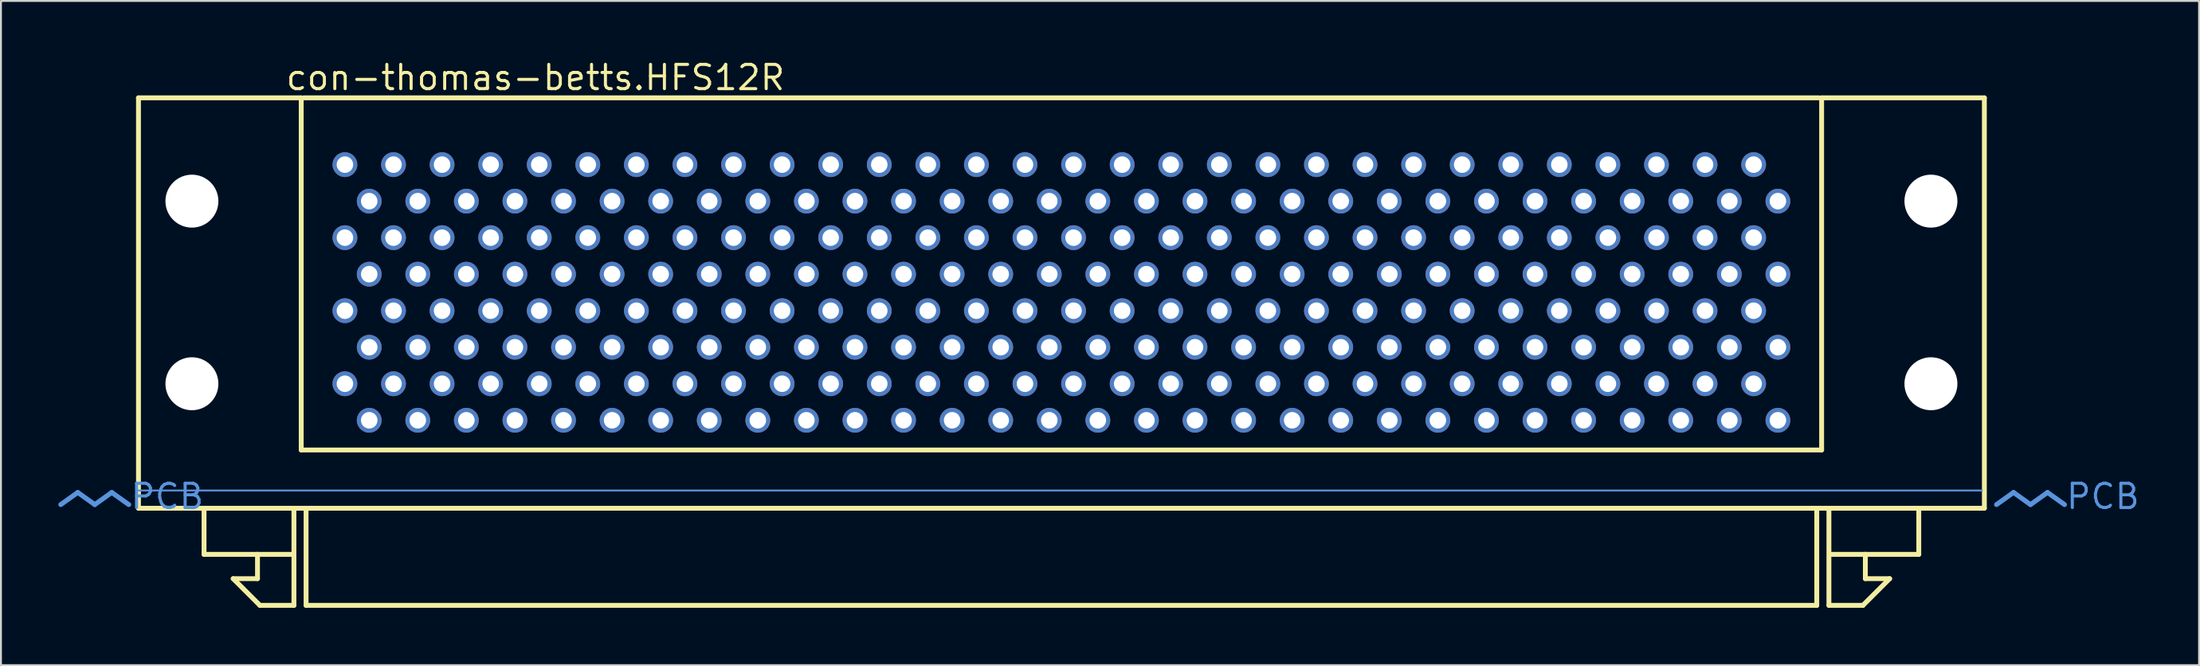
<source format=kicad_pcb>
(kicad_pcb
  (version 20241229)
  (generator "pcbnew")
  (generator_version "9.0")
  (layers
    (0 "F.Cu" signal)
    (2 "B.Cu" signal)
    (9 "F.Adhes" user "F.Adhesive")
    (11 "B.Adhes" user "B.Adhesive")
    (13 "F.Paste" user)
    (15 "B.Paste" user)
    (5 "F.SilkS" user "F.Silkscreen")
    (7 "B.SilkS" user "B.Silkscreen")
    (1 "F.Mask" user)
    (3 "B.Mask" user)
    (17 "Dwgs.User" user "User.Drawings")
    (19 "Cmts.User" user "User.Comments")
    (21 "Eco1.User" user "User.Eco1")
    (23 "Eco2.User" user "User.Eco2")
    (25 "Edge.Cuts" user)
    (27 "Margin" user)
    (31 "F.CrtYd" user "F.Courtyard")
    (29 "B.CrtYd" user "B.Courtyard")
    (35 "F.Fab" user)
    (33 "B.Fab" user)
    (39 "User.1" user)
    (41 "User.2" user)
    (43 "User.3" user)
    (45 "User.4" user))
  (footprint "con-thomas-betts.HFS12R"
    (layer "F.Cu")
    (at 52.451 22.07)
    (property "Reference" "con-thomas-betts.HFS12R" (at -40.64 -20.32 0) (layer "F.SilkS") (effects (font (size 1.27 1.27) (thickness 0.16)) (justify left bottom)))
    (attr through_hole)
    (fp_line (start -48.26 -20.003) (end -39.751 -20.003) (stroke (width 0.254) (type default)) (layer "F.SilkS"))
    (fp_line (start -48.26 1.46) (end -48.26 -20.003) (stroke (width 0.254) (type default)) (layer "F.SilkS"))
    (fp_line (start -44.831 3.873) (end -44.831 1.587) (stroke (width 0.254) (type default)) (layer "F.SilkS"))
    (fp_line (start -43.307 5.144) (end -42.037 5.144) (stroke (width 0.254) (type default)) (layer "F.SilkS"))
    (fp_line (start -42.037 3.873) (end -44.831 3.873) (stroke (width 0.254) (type default)) (layer "F.SilkS"))
    (fp_line (start -42.037 3.873) (end -40.259 3.873) (stroke (width 0.254) (type default)) (layer "F.SilkS"))
    (fp_line (start -42.037 5.144) (end -42.037 3.873) (stroke (width 0.254) (type default)) (layer "F.SilkS"))
    (fp_line (start -41.91 6.54) (end -43.307 5.144) (stroke (width 0.254) (type default)) (layer "F.SilkS"))
    (fp_line (start -40.132 1.587) (end -40.132 6.54) (stroke (width 0.254) (type default)) (layer "F.SilkS"))
    (fp_line (start -40.132 6.54) (end -41.91 6.54) (stroke (width 0.254) (type default)) (layer "F.SilkS"))
    (fp_line (start -39.751 -20.003) (end -39.751 -1.587) (stroke (width 0.254) (type default)) (layer "F.SilkS"))
    (fp_line (start -39.751 -1.587) (end 39.751 -1.587) (stroke (width 0.254) (type default)) (layer "F.SilkS"))
    (fp_line (start -39.624 -20.003) (end 39.624 -20.003) (stroke (width 0.254) (type default)) (layer "F.SilkS"))
    (fp_line (start -39.497 6.54) (end -39.497 1.587) (stroke (width 0.254) (type default)) (layer "F.SilkS"))
    (fp_line (start 39.497 1.587) (end 39.497 6.54) (stroke (width 0.254) (type default)) (layer "F.SilkS"))
    (fp_line (start 39.497 6.54) (end -39.497 6.54) (stroke (width 0.254) (type default)) (layer "F.SilkS"))
    (fp_line (start 39.751 -20.003) (end 48.26 -20.003) (stroke (width 0.254) (type default)) (layer "F.SilkS"))
    (fp_line (start 39.751 -1.587) (end 39.751 -20.003) (stroke (width 0.254) (type default)) (layer "F.SilkS"))
    (fp_line (start 40.132 1.587) (end 40.132 6.54) (stroke (width 0.254) (type default)) (layer "F.SilkS"))
    (fp_line (start 40.132 6.54) (end 41.91 6.54) (stroke (width 0.254) (type default)) (layer "F.SilkS"))
    (fp_line (start 41.91 6.54) (end 43.307 5.144) (stroke (width 0.254) (type default)) (layer "F.SilkS"))
    (fp_line (start 42.037 3.873) (end 40.259 3.873) (stroke (width 0.254) (type default)) (layer "F.SilkS"))
    (fp_line (start 42.037 3.873) (end 44.831 3.873) (stroke (width 0.254) (type default)) (layer "F.SilkS"))
    (fp_line (start 42.037 5.144) (end 42.037 3.873) (stroke (width 0.254) (type default)) (layer "F.SilkS"))
    (fp_line (start 43.307 5.144) (end 42.037 5.144) (stroke (width 0.254) (type default)) (layer "F.SilkS"))
    (fp_line (start 44.831 3.873) (end 44.831 1.587) (stroke (width 0.254) (type default)) (layer "F.SilkS"))
    (fp_line (start 48.26 -20.003) (end 48.26 1.46) (stroke (width 0.254) (type default)) (layer "F.SilkS"))
    (fp_line (start 48.26 1.46) (end -48.26 1.46) (stroke (width 0.254) (type default)) (layer "F.SilkS"))
    (fp_line (start -51.435 0.635) (end -52.324 1.27) (stroke (width 0.254) (type default)) (layer "Cmts.User"))
    (fp_line (start -51.435 0.635) (end -50.546 1.27) (stroke (width 0.254) (type default)) (layer "Cmts.User"))
    (fp_line (start -49.657 0.635) (end -50.546 1.27) (stroke (width 0.254) (type default)) (layer "Cmts.User"))
    (fp_line (start -49.657 0.635) (end -48.768 1.27) (stroke (width 0.254) (type default)) (layer "Cmts.User"))
    (fp_line (start -48.26 0.533) (end 48.133 0.533) (stroke (width 0.1) (type default)) (layer "Cmts.User"))
    (fp_line (start 49.784 0.635) (end 48.895 1.27) (stroke (width 0.254) (type default)) (layer "Cmts.User"))
    (fp_line (start 49.784 0.635) (end 50.673 1.27) (stroke (width 0.254) (type default)) (layer "Cmts.User"))
    (fp_line (start 51.562 0.635) (end 50.673 1.27) (stroke (width 0.254) (type default)) (layer "Cmts.User"))
    (fp_line (start 51.562 0.635) (end 52.451 1.27) (stroke (width 0.254) (type default)) (layer "Cmts.User"))
    (fp_text user "PCB" (at 52.451 1.587 180) (layer "Cmts.User") (effects (font (size 1.27 1.27) (thickness 0.16)) (justify left bottom)))
    (fp_text user "PCB" (at -48.768 1.587 180) (layer "Cmts.User") (effects (font (size 1.27 1.27) (thickness 0.16)) (justify left bottom)))
    (pad "" np_thru_hole circle (at -45.466 -14.6) (size 2.769 2.769) (drill 2.769) (layers "*.Cu" "*.Mask"))
    (pad "" np_thru_hole circle (at -45.466 -5.05) (size 2.769 2.769) (drill 2.769) (layers "*.Cu" "*.Mask"))
    (pad "" np_thru_hole circle (at 45.466 -14.6) (size 2.769 2.769) (drill 2.769) (layers "*.Cu" "*.Mask"))
    (pad "" np_thru_hole circle (at 45.466 -5.05) (size 2.769 2.769) (drill 2.769) (layers "*.Cu" "*.Mask"))
    (pad "1-1" thru_hole circle (at 37.465 -6.96) (size 1.295 1.295) (drill 0.864) (layers "*.Cu" "*.Mask"))
    (pad "1-2" thru_hole circle (at 36.195 -8.87) (size 1.295 1.295) (drill 0.864) (layers "*.Cu" "*.Mask"))
    (pad "1-3" thru_hole circle (at 34.925 -6.96) (size 1.295 1.295) (drill 0.864) (layers "*.Cu" "*.Mask"))
    (pad "1-4" thru_hole circle (at 33.655 -8.87) (size 1.295 1.295) (drill 0.864) (layers "*.Cu" "*.Mask"))
    (pad "1-5" thru_hole circle (at 32.385 -6.96) (size 1.295 1.295) (drill 0.864) (layers "*.Cu" "*.Mask"))
    (pad "1-6" thru_hole circle (at 31.115 -8.87) (size 1.295 1.295) (drill 0.864) (layers "*.Cu" "*.Mask"))
    (pad "1-7" thru_hole circle (at 29.845 -6.96) (size 1.295 1.295) (drill 0.864) (layers "*.Cu" "*.Mask"))
    (pad "1-8" thru_hole circle (at 28.575 -8.87) (size 1.295 1.295) (drill 0.864) (layers "*.Cu" "*.Mask"))
    (pad "1-9" thru_hole circle (at 27.305 -6.96) (size 1.295 1.295) (drill 0.864) (layers "*.Cu" "*.Mask"))
    (pad "1-10" thru_hole circle (at 26.035 -8.87) (size 1.295 1.295) (drill 0.864) (layers "*.Cu" "*.Mask"))
    (pad "1-11" thru_hole circle (at 24.765 -6.96) (size 1.295 1.295) (drill 0.864) (layers "*.Cu" "*.Mask"))
    (pad "1-12" thru_hole circle (at 23.495 -8.87) (size 1.295 1.295) (drill 0.864) (layers "*.Cu" "*.Mask"))
    (pad "1-13" thru_hole circle (at 22.225 -6.96) (size 1.295 1.295) (drill 0.864) (layers "*.Cu" "*.Mask"))
    (pad "1-14" thru_hole circle (at 20.955 -8.87) (size 1.295 1.295) (drill 0.864) (layers "*.Cu" "*.Mask"))
    (pad "1-15" thru_hole circle (at 19.685 -6.96) (size 1.295 1.295) (drill 0.864) (layers "*.Cu" "*.Mask"))
    (pad "1-16" thru_hole circle (at 18.415 -8.87) (size 1.295 1.295) (drill 0.864) (layers "*.Cu" "*.Mask"))
    (pad "1-17" thru_hole circle (at 17.145 -6.96) (size 1.295 1.295) (drill 0.864) (layers "*.Cu" "*.Mask"))
    (pad "1-18" thru_hole circle (at 15.875 -8.87) (size 1.295 1.295) (drill 0.864) (layers "*.Cu" "*.Mask"))
    (pad "1-19" thru_hole circle (at 14.605 -6.96) (size 1.295 1.295) (drill 0.864) (layers "*.Cu" "*.Mask"))
    (pad "1-20" thru_hole circle (at 13.335 -8.87) (size 1.295 1.295) (drill 0.864) (layers "*.Cu" "*.Mask"))
    (pad "1-21" thru_hole circle (at 12.065 -6.96) (size 1.295 1.295) (drill 0.864) (layers "*.Cu" "*.Mask"))
    (pad "1-22" thru_hole circle (at 10.795 -8.87) (size 1.295 1.295) (drill 0.864) (layers "*.Cu" "*.Mask"))
    (pad "1-23" thru_hole circle (at 9.525 -6.96) (size 1.295 1.295) (drill 0.864) (layers "*.Cu" "*.Mask"))
    (pad "1-24" thru_hole circle (at 8.255 -8.87) (size 1.295 1.295) (drill 0.864) (layers "*.Cu" "*.Mask"))
    (pad "1-25" thru_hole circle (at 6.985 -6.96) (size 1.295 1.295) (drill 0.864) (layers "*.Cu" "*.Mask"))
    (pad "1-26" thru_hole circle (at 5.715 -8.87) (size 1.295 1.295) (drill 0.864) (layers "*.Cu" "*.Mask"))
    (pad "1-27" thru_hole circle (at 4.445 -6.96) (size 1.295 1.295) (drill 0.864) (layers "*.Cu" "*.Mask"))
    (pad "1-28" thru_hole circle (at 3.175 -8.87) (size 1.295 1.295) (drill 0.864) (layers "*.Cu" "*.Mask"))
    (pad "1-29" thru_hole circle (at 1.905 -6.96) (size 1.295 1.295) (drill 0.864) (layers "*.Cu" "*.Mask"))
    (pad "1-30" thru_hole circle (at 0.635 -8.87) (size 1.295 1.295) (drill 0.864) (layers "*.Cu" "*.Mask"))
    (pad "1-31" thru_hole circle (at -0.635 -6.96) (size 1.295 1.295) (drill 0.864) (layers "*.Cu" "*.Mask"))
    (pad "1-32" thru_hole circle (at -1.905 -8.87) (size 1.295 1.295) (drill 0.864) (layers "*.Cu" "*.Mask"))
    (pad "1-33" thru_hole circle (at -3.175 -6.96) (size 1.295 1.295) (drill 0.864) (layers "*.Cu" "*.Mask"))
    (pad "1-34" thru_hole circle (at -4.445 -8.87) (size 1.295 1.295) (drill 0.864) (layers "*.Cu" "*.Mask"))
    (pad "1-35" thru_hole circle (at -5.715 -6.96) (size 1.295 1.295) (drill 0.864) (layers "*.Cu" "*.Mask"))
    (pad "1-36" thru_hole circle (at -6.985 -8.87) (size 1.295 1.295) (drill 0.864) (layers "*.Cu" "*.Mask"))
    (pad "1-37" thru_hole circle (at -8.255 -6.96) (size 1.295 1.295) (drill 0.864) (layers "*.Cu" "*.Mask"))
    (pad "1-38" thru_hole circle (at -9.525 -8.87) (size 1.295 1.295) (drill 0.864) (layers "*.Cu" "*.Mask"))
    (pad "1-39" thru_hole circle (at -10.795 -6.96) (size 1.295 1.295) (drill 0.864) (layers "*.Cu" "*.Mask"))
    (pad "1-40" thru_hole circle (at -12.065 -8.87) (size 1.295 1.295) (drill 0.864) (layers "*.Cu" "*.Mask"))
    (pad "1-41" thru_hole circle (at -13.335 -6.96) (size 1.295 1.295) (drill 0.864) (layers "*.Cu" "*.Mask"))
    (pad "1-42" thru_hole circle (at -14.605 -8.87) (size 1.295 1.295) (drill 0.864) (layers "*.Cu" "*.Mask"))
    (pad "1-43" thru_hole circle (at -15.875 -6.96) (size 1.295 1.295) (drill 0.864) (layers "*.Cu" "*.Mask"))
    (pad "1-44" thru_hole circle (at -17.145 -8.87) (size 1.295 1.295) (drill 0.864) (layers "*.Cu" "*.Mask"))
    (pad "1-45" thru_hole circle (at -18.415 -6.96) (size 1.295 1.295) (drill 0.864) (layers "*.Cu" "*.Mask"))
    (pad "1-46" thru_hole circle (at -19.685 -8.87) (size 1.295 1.295) (drill 0.864) (layers "*.Cu" "*.Mask"))
    (pad "1-47" thru_hole circle (at -20.955 -6.96) (size 1.295 1.295) (drill 0.864) (layers "*.Cu" "*.Mask"))
    (pad "1-48" thru_hole circle (at -22.225 -8.87) (size 1.295 1.295) (drill 0.864) (layers "*.Cu" "*.Mask"))
    (pad "1-49" thru_hole circle (at -23.495 -6.96) (size 1.295 1.295) (drill 0.864) (layers "*.Cu" "*.Mask"))
    (pad "1-50" thru_hole circle (at -24.765 -8.87) (size 1.295 1.295) (drill 0.864) (layers "*.Cu" "*.Mask"))
    (pad "1-51" thru_hole circle (at -26.035 -6.96) (size 1.295 1.295) (drill 0.864) (layers "*.Cu" "*.Mask"))
    (pad "1-52" thru_hole circle (at -27.305 -8.87) (size 1.295 1.295) (drill 0.864) (layers "*.Cu" "*.Mask"))
    (pad "1-53" thru_hole circle (at -28.575 -6.96) (size 1.295 1.295) (drill 0.864) (layers "*.Cu" "*.Mask"))
    (pad "1-54" thru_hole circle (at -29.845 -8.87) (size 1.295 1.295) (drill 0.864) (layers "*.Cu" "*.Mask"))
    (pad "1-55" thru_hole circle (at -31.115 -6.96) (size 1.295 1.295) (drill 0.864) (layers "*.Cu" "*.Mask"))
    (pad "1-56" thru_hole circle (at -32.385 -8.87) (size 1.295 1.295) (drill 0.864) (layers "*.Cu" "*.Mask"))
    (pad "1-57" thru_hole circle (at -33.655 -6.96) (size 1.295 1.295) (drill 0.864) (layers "*.Cu" "*.Mask"))
    (pad "1-58" thru_hole circle (at -34.925 -8.87) (size 1.295 1.295) (drill 0.864) (layers "*.Cu" "*.Mask"))
    (pad "1-59" thru_hole circle (at -36.195 -6.96) (size 1.295 1.295) (drill 0.864) (layers "*.Cu" "*.Mask"))
    (pad "1-60" thru_hole circle (at -37.465 -8.87) (size 1.295 1.295) (drill 0.864) (layers "*.Cu" "*.Mask"))
    (pad "1-61" thru_hole circle (at 37.465 -3.14) (size 1.295 1.295) (drill 0.864) (layers "*.Cu" "*.Mask"))
    (pad "1-62" thru_hole circle (at 36.195 -5.05) (size 1.295 1.295) (drill 0.864) (layers "*.Cu" "*.Mask"))
    (pad "1-63" thru_hole circle (at 34.925 -3.14) (size 1.295 1.295) (drill 0.864) (layers "*.Cu" "*.Mask"))
    (pad "1-64" thru_hole circle (at 33.655 -5.05) (size 1.295 1.295) (drill 0.864) (layers "*.Cu" "*.Mask"))
    (pad "1-65" thru_hole circle (at 32.385 -3.14) (size 1.295 1.295) (drill 0.864) (layers "*.Cu" "*.Mask"))
    (pad "1-66" thru_hole circle (at 31.115 -5.05) (size 1.295 1.295) (drill 0.864) (layers "*.Cu" "*.Mask"))
    (pad "1-67" thru_hole circle (at 29.845 -3.14) (size 1.295 1.295) (drill 0.864) (layers "*.Cu" "*.Mask"))
    (pad "1-68" thru_hole circle (at 28.575 -5.05) (size 1.295 1.295) (drill 0.864) (layers "*.Cu" "*.Mask"))
    (pad "1-69" thru_hole circle (at 27.305 -3.14) (size 1.295 1.295) (drill 0.864) (layers "*.Cu" "*.Mask"))
    (pad "1-70" thru_hole circle (at 26.035 -5.05) (size 1.295 1.295) (drill 0.864) (layers "*.Cu" "*.Mask"))
    (pad "1-71" thru_hole circle (at 24.765 -3.14) (size 1.295 1.295) (drill 0.864) (layers "*.Cu" "*.Mask"))
    (pad "1-72" thru_hole circle (at 23.495 -5.05) (size 1.295 1.295) (drill 0.864) (layers "*.Cu" "*.Mask"))
    (pad "1-73" thru_hole circle (at 22.225 -3.14) (size 1.295 1.295) (drill 0.864) (layers "*.Cu" "*.Mask"))
    (pad "1-74" thru_hole circle (at 20.955 -5.05) (size 1.295 1.295) (drill 0.864) (layers "*.Cu" "*.Mask"))
    (pad "1-75" thru_hole circle (at 19.685 -3.14) (size 1.295 1.295) (drill 0.864) (layers "*.Cu" "*.Mask"))
    (pad "1-76" thru_hole circle (at 18.415 -5.05) (size 1.295 1.295) (drill 0.864) (layers "*.Cu" "*.Mask"))
    (pad "1-77" thru_hole circle (at 17.145 -3.14) (size 1.295 1.295) (drill 0.864) (layers "*.Cu" "*.Mask"))
    (pad "1-78" thru_hole circle (at 15.875 -5.05) (size 1.295 1.295) (drill 0.864) (layers "*.Cu" "*.Mask"))
    (pad "1-79" thru_hole circle (at 14.605 -3.14) (size 1.295 1.295) (drill 0.864) (layers "*.Cu" "*.Mask"))
    (pad "1-80" thru_hole circle (at 13.335 -5.05) (size 1.295 1.295) (drill 0.864) (layers "*.Cu" "*.Mask"))
    (pad "1-81" thru_hole circle (at 12.065 -3.14) (size 1.295 1.295) (drill 0.864) (layers "*.Cu" "*.Mask"))
    (pad "1-82" thru_hole circle (at 10.795 -5.05) (size 1.295 1.295) (drill 0.864) (layers "*.Cu" "*.Mask"))
    (pad "1-83" thru_hole circle (at 9.525 -3.14) (size 1.295 1.295) (drill 0.864) (layers "*.Cu" "*.Mask"))
    (pad "1-84" thru_hole circle (at 8.255 -5.05) (size 1.295 1.295) (drill 0.864) (layers "*.Cu" "*.Mask"))
    (pad "1-85" thru_hole circle (at 6.985 -3.14) (size 1.295 1.295) (drill 0.864) (layers "*.Cu" "*.Mask"))
    (pad "1-86" thru_hole circle (at 5.715 -5.05) (size 1.295 1.295) (drill 0.864) (layers "*.Cu" "*.Mask"))
    (pad "1-87" thru_hole circle (at 4.445 -3.14) (size 1.295 1.295) (drill 0.864) (layers "*.Cu" "*.Mask"))
    (pad "1-88" thru_hole circle (at 3.175 -5.05) (size 1.295 1.295) (drill 0.864) (layers "*.Cu" "*.Mask"))
    (pad "1-89" thru_hole circle (at 1.905 -3.14) (size 1.295 1.295) (drill 0.864) (layers "*.Cu" "*.Mask"))
    (pad "1-90" thru_hole circle (at 0.635 -5.05) (size 1.295 1.295) (drill 0.864) (layers "*.Cu" "*.Mask"))
    (pad "1-91" thru_hole circle (at -0.635 -3.14) (size 1.295 1.295) (drill 0.864) (layers "*.Cu" "*.Mask"))
    (pad "1-92" thru_hole circle (at -1.905 -5.05) (size 1.295 1.295) (drill 0.864) (layers "*.Cu" "*.Mask"))
    (pad "1-93" thru_hole circle (at -3.175 -3.14) (size 1.295 1.295) (drill 0.864) (layers "*.Cu" "*.Mask"))
    (pad "1-94" thru_hole circle (at -4.445 -5.05) (size 1.295 1.295) (drill 0.864) (layers "*.Cu" "*.Mask"))
    (pad "1-95" thru_hole circle (at -5.715 -3.14) (size 1.295 1.295) (drill 0.864) (layers "*.Cu" "*.Mask"))
    (pad "1-96" thru_hole circle (at -6.985 -5.05) (size 1.295 1.295) (drill 0.864) (layers "*.Cu" "*.Mask"))
    (pad "1-97" thru_hole circle (at -8.255 -3.14) (size 1.295 1.295) (drill 0.864) (layers "*.Cu" "*.Mask"))
    (pad "1-98" thru_hole circle (at -9.525 -5.05) (size 1.295 1.295) (drill 0.864) (layers "*.Cu" "*.Mask"))
    (pad "1-99" thru_hole circle (at -10.795 -3.14) (size 1.295 1.295) (drill 0.864) (layers "*.Cu" "*.Mask"))
    (pad "1-100" thru_hole circle (at -12.065 -5.05) (size 1.295 1.295) (drill 0.864) (layers "*.Cu" "*.Mask"))
    (pad "1-101" thru_hole circle (at -13.335 -3.14) (size 1.295 1.295) (drill 0.864) (layers "*.Cu" "*.Mask"))
    (pad "1-102" thru_hole circle (at -14.605 -5.05) (size 1.295 1.295) (drill 0.864) (layers "*.Cu" "*.Mask"))
    (pad "1-103" thru_hole circle (at -15.875 -3.14) (size 1.295 1.295) (drill 0.864) (layers "*.Cu" "*.Mask"))
    (pad "1-104" thru_hole circle (at -17.145 -5.05) (size 1.295 1.295) (drill 0.864) (layers "*.Cu" "*.Mask"))
    (pad "1-105" thru_hole circle (at -18.415 -3.14) (size 1.295 1.295) (drill 0.864) (layers "*.Cu" "*.Mask"))
    (pad "1-106" thru_hole circle (at -19.685 -5.05) (size 1.295 1.295) (drill 0.864) (layers "*.Cu" "*.Mask"))
    (pad "1-107" thru_hole circle (at -20.955 -3.14) (size 1.295 1.295) (drill 0.864) (layers "*.Cu" "*.Mask"))
    (pad "1-108" thru_hole circle (at -22.225 -5.05) (size 1.295 1.295) (drill 0.864) (layers "*.Cu" "*.Mask"))
    (pad "1-109" thru_hole circle (at -23.495 -3.14) (size 1.295 1.295) (drill 0.864) (layers "*.Cu" "*.Mask"))
    (pad "1-110" thru_hole circle (at -24.765 -5.05) (size 1.295 1.295) (drill 0.864) (layers "*.Cu" "*.Mask"))
    (pad "1-111" thru_hole circle (at -26.035 -3.14) (size 1.295 1.295) (drill 0.864) (layers "*.Cu" "*.Mask"))
    (pad "1-112" thru_hole circle (at -27.305 -5.05) (size 1.295 1.295) (drill 0.864) (layers "*.Cu" "*.Mask"))
    (pad "1-113" thru_hole circle (at -28.575 -3.14) (size 1.295 1.295) (drill 0.864) (layers "*.Cu" "*.Mask"))
    (pad "1-114" thru_hole circle (at -29.845 -5.05) (size 1.295 1.295) (drill 0.864) (layers "*.Cu" "*.Mask"))
    (pad "1-115" thru_hole circle (at -31.115 -3.14) (size 1.295 1.295) (drill 0.864) (layers "*.Cu" "*.Mask"))
    (pad "1-116" thru_hole circle (at -32.385 -5.05) (size 1.295 1.295) (drill 0.864) (layers "*.Cu" "*.Mask"))
    (pad "1-117" thru_hole circle (at -33.655 -3.14) (size 1.295 1.295) (drill 0.864) (layers "*.Cu" "*.Mask"))
    (pad "1-118" thru_hole circle (at -34.925 -5.05) (size 1.295 1.295) (drill 0.864) (layers "*.Cu" "*.Mask"))
    (pad "1-119" thru_hole circle (at -36.195 -3.14) (size 1.295 1.295) (drill 0.864) (layers "*.Cu" "*.Mask"))
    (pad "1-120" thru_hole circle (at -37.465 -5.05) (size 1.295 1.295) (drill 0.864) (layers "*.Cu" "*.Mask"))
    (pad "2-1" thru_hole circle (at 37.465 -14.6) (size 1.295 1.295) (drill 0.864) (layers "*.Cu" "*.Mask"))
    (pad "2-2" thru_hole circle (at 36.195 -16.51) (size 1.295 1.295) (drill 0.864) (layers "*.Cu" "*.Mask"))
    (pad "2-3" thru_hole circle (at 34.925 -14.6) (size 1.295 1.295) (drill 0.864) (layers "*.Cu" "*.Mask"))
    (pad "2-4" thru_hole circle (at 33.655 -16.51) (size 1.295 1.295) (drill 0.864) (layers "*.Cu" "*.Mask"))
    (pad "2-5" thru_hole circle (at 32.385 -14.6) (size 1.295 1.295) (drill 0.864) (layers "*.Cu" "*.Mask"))
    (pad "2-6" thru_hole circle (at 31.115 -16.51) (size 1.295 1.295) (drill 0.864) (layers "*.Cu" "*.Mask"))
    (pad "2-7" thru_hole circle (at 29.845 -14.6) (size 1.295 1.295) (drill 0.864) (layers "*.Cu" "*.Mask"))
    (pad "2-8" thru_hole circle (at 28.575 -16.51) (size 1.295 1.295) (drill 0.864) (layers "*.Cu" "*.Mask"))
    (pad "2-9" thru_hole circle (at 27.305 -14.6) (size 1.295 1.295) (drill 0.864) (layers "*.Cu" "*.Mask"))
    (pad "2-10" thru_hole circle (at 26.035 -16.51) (size 1.295 1.295) (drill 0.864) (layers "*.Cu" "*.Mask"))
    (pad "2-11" thru_hole circle (at 24.765 -14.6) (size 1.295 1.295) (drill 0.864) (layers "*.Cu" "*.Mask"))
    (pad "2-12" thru_hole circle (at 23.495 -16.51) (size 1.295 1.295) (drill 0.864) (layers "*.Cu" "*.Mask"))
    (pad "2-13" thru_hole circle (at 22.225 -14.6) (size 1.295 1.295) (drill 0.864) (layers "*.Cu" "*.Mask"))
    (pad "2-14" thru_hole circle (at 20.955 -16.51) (size 1.295 1.295) (drill 0.864) (layers "*.Cu" "*.Mask"))
    (pad "2-15" thru_hole circle (at 19.685 -14.6) (size 1.295 1.295) (drill 0.864) (layers "*.Cu" "*.Mask"))
    (pad "2-16" thru_hole circle (at 18.415 -16.51) (size 1.295 1.295) (drill 0.864) (layers "*.Cu" "*.Mask"))
    (pad "2-17" thru_hole circle (at 17.145 -14.6) (size 1.295 1.295) (drill 0.864) (layers "*.Cu" "*.Mask"))
    (pad "2-18" thru_hole circle (at 15.875 -16.51) (size 1.295 1.295) (drill 0.864) (layers "*.Cu" "*.Mask"))
    (pad "2-19" thru_hole circle (at 14.605 -14.6) (size 1.295 1.295) (drill 0.864) (layers "*.Cu" "*.Mask"))
    (pad "2-20" thru_hole circle (at 13.335 -16.51) (size 1.295 1.295) (drill 0.864) (layers "*.Cu" "*.Mask"))
    (pad "2-21" thru_hole circle (at 12.065 -14.6) (size 1.295 1.295) (drill 0.864) (layers "*.Cu" "*.Mask"))
    (pad "2-22" thru_hole circle (at 10.795 -16.51) (size 1.295 1.295) (drill 0.864) (layers "*.Cu" "*.Mask"))
    (pad "2-23" thru_hole circle (at 9.525 -14.6) (size 1.295 1.295) (drill 0.864) (layers "*.Cu" "*.Mask"))
    (pad "2-24" thru_hole circle (at 8.255 -16.51) (size 1.295 1.295) (drill 0.864) (layers "*.Cu" "*.Mask"))
    (pad "2-25" thru_hole circle (at 6.985 -14.6) (size 1.295 1.295) (drill 0.864) (layers "*.Cu" "*.Mask"))
    (pad "2-26" thru_hole circle (at 5.715 -16.51) (size 1.295 1.295) (drill 0.864) (layers "*.Cu" "*.Mask"))
    (pad "2-27" thru_hole circle (at 4.445 -14.6) (size 1.295 1.295) (drill 0.864) (layers "*.Cu" "*.Mask"))
    (pad "2-28" thru_hole circle (at 3.175 -16.51) (size 1.295 1.295) (drill 0.864) (layers "*.Cu" "*.Mask"))
    (pad "2-29" thru_hole circle (at 1.905 -14.6) (size 1.295 1.295) (drill 0.864) (layers "*.Cu" "*.Mask"))
    (pad "2-30" thru_hole circle (at 0.635 -16.51) (size 1.295 1.295) (drill 0.864) (layers "*.Cu" "*.Mask"))
    (pad "2-31" thru_hole circle (at -0.635 -14.6) (size 1.295 1.295) (drill 0.864) (layers "*.Cu" "*.Mask"))
    (pad "2-32" thru_hole circle (at -1.905 -16.51) (size 1.295 1.295) (drill 0.864) (layers "*.Cu" "*.Mask"))
    (pad "2-33" thru_hole circle (at -3.175 -14.6) (size 1.295 1.295) (drill 0.864) (layers "*.Cu" "*.Mask"))
    (pad "2-34" thru_hole circle (at -4.445 -16.51) (size 1.295 1.295) (drill 0.864) (layers "*.Cu" "*.Mask"))
    (pad "2-35" thru_hole circle (at -5.715 -14.6) (size 1.295 1.295) (drill 0.864) (layers "*.Cu" "*.Mask"))
    (pad "2-36" thru_hole circle (at -6.985 -16.51) (size 1.295 1.295) (drill 0.864) (layers "*.Cu" "*.Mask"))
    (pad "2-37" thru_hole circle (at -8.255 -14.6) (size 1.295 1.295) (drill 0.864) (layers "*.Cu" "*.Mask"))
    (pad "2-38" thru_hole circle (at -9.525 -16.51) (size 1.295 1.295) (drill 0.864) (layers "*.Cu" "*.Mask"))
    (pad "2-39" thru_hole circle (at -10.795 -14.6) (size 1.295 1.295) (drill 0.864) (layers "*.Cu" "*.Mask"))
    (pad "2-40" thru_hole circle (at -12.065 -16.51) (size 1.295 1.295) (drill 0.864) (layers "*.Cu" "*.Mask"))
    (pad "2-41" thru_hole circle (at -13.335 -14.6) (size 1.295 1.295) (drill 0.864) (layers "*.Cu" "*.Mask"))
    (pad "2-42" thru_hole circle (at -14.605 -16.51) (size 1.295 1.295) (drill 0.864) (layers "*.Cu" "*.Mask"))
    (pad "2-43" thru_hole circle (at -15.875 -14.6) (size 1.295 1.295) (drill 0.864) (layers "*.Cu" "*.Mask"))
    (pad "2-44" thru_hole circle (at -17.145 -16.51) (size 1.295 1.295) (drill 0.864) (layers "*.Cu" "*.Mask"))
    (pad "2-45" thru_hole circle (at -18.415 -14.6) (size 1.295 1.295) (drill 0.864) (layers "*.Cu" "*.Mask"))
    (pad "2-46" thru_hole circle (at -19.685 -16.51) (size 1.295 1.295) (drill 0.864) (layers "*.Cu" "*.Mask"))
    (pad "2-47" thru_hole circle (at -20.955 -14.6) (size 1.295 1.295) (drill 0.864) (layers "*.Cu" "*.Mask"))
    (pad "2-48" thru_hole circle (at -22.225 -16.51) (size 1.295 1.295) (drill 0.864) (layers "*.Cu" "*.Mask"))
    (pad "2-49" thru_hole circle (at -23.495 -14.6) (size 1.295 1.295) (drill 0.864) (layers "*.Cu" "*.Mask"))
    (pad "2-50" thru_hole circle (at -24.765 -16.51) (size 1.295 1.295) (drill 0.864) (layers "*.Cu" "*.Mask"))
    (pad "2-51" thru_hole circle (at -26.035 -14.6) (size 1.295 1.295) (drill 0.864) (layers "*.Cu" "*.Mask"))
    (pad "2-52" thru_hole circle (at -27.305 -16.51) (size 1.295 1.295) (drill 0.864) (layers "*.Cu" "*.Mask"))
    (pad "2-53" thru_hole circle (at -28.575 -14.6) (size 1.295 1.295) (drill 0.864) (layers "*.Cu" "*.Mask"))
    (pad "2-54" thru_hole circle (at -29.845 -16.51) (size 1.295 1.295) (drill 0.864) (layers "*.Cu" "*.Mask"))
    (pad "2-55" thru_hole circle (at -31.115 -14.6) (size 1.295 1.295) (drill 0.864) (layers "*.Cu" "*.Mask"))
    (pad "2-56" thru_hole circle (at -32.385 -16.51) (size 1.295 1.295) (drill 0.864) (layers "*.Cu" "*.Mask"))
    (pad "2-57" thru_hole circle (at -33.655 -14.6) (size 1.295 1.295) (drill 0.864) (layers "*.Cu" "*.Mask"))
    (pad "2-58" thru_hole circle (at -34.925 -16.51) (size 1.295 1.295) (drill 0.864) (layers "*.Cu" "*.Mask"))
    (pad "2-59" thru_hole circle (at -36.195 -14.6) (size 1.295 1.295) (drill 0.864) (layers "*.Cu" "*.Mask"))
    (pad "2-60" thru_hole circle (at -37.465 -16.51) (size 1.295 1.295) (drill 0.864) (layers "*.Cu" "*.Mask"))
    (pad "2-61" thru_hole circle (at 37.465 -10.78) (size 1.295 1.295) (drill 0.864) (layers "*.Cu" "*.Mask"))
    (pad "2-62" thru_hole circle (at 36.195 -12.69) (size 1.295 1.295) (drill 0.864) (layers "*.Cu" "*.Mask"))
    (pad "2-63" thru_hole circle (at 34.925 -10.78) (size 1.295 1.295) (drill 0.864) (layers "*.Cu" "*.Mask"))
    (pad "2-64" thru_hole circle (at 33.655 -12.69) (size 1.295 1.295) (drill 0.864) (layers "*.Cu" "*.Mask"))
    (pad "2-65" thru_hole circle (at 32.385 -10.78) (size 1.295 1.295) (drill 0.864) (layers "*.Cu" "*.Mask"))
    (pad "2-66" thru_hole circle (at 31.115 -12.69) (size 1.295 1.295) (drill 0.864) (layers "*.Cu" "*.Mask"))
    (pad "2-67" thru_hole circle (at 29.845 -10.78) (size 1.295 1.295) (drill 0.864) (layers "*.Cu" "*.Mask"))
    (pad "2-68" thru_hole circle (at 28.575 -12.69) (size 1.295 1.295) (drill 0.864) (layers "*.Cu" "*.Mask"))
    (pad "2-69" thru_hole circle (at 27.305 -10.78) (size 1.295 1.295) (drill 0.864) (layers "*.Cu" "*.Mask"))
    (pad "2-70" thru_hole circle (at 26.035 -12.69) (size 1.295 1.295) (drill 0.864) (layers "*.Cu" "*.Mask"))
    (pad "2-71" thru_hole circle (at 24.765 -10.78) (size 1.295 1.295) (drill 0.864) (layers "*.Cu" "*.Mask"))
    (pad "2-72" thru_hole circle (at 23.495 -12.69) (size 1.295 1.295) (drill 0.864) (layers "*.Cu" "*.Mask"))
    (pad "2-73" thru_hole circle (at 22.225 -10.78) (size 1.295 1.295) (drill 0.864) (layers "*.Cu" "*.Mask"))
    (pad "2-74" thru_hole circle (at 20.955 -12.69) (size 1.295 1.295) (drill 0.864) (layers "*.Cu" "*.Mask"))
    (pad "2-75" thru_hole circle (at 19.685 -10.78) (size 1.295 1.295) (drill 0.864) (layers "*.Cu" "*.Mask"))
    (pad "2-76" thru_hole circle (at 18.415 -12.69) (size 1.295 1.295) (drill 0.864) (layers "*.Cu" "*.Mask"))
    (pad "2-77" thru_hole circle (at 17.145 -10.78) (size 1.295 1.295) (drill 0.864) (layers "*.Cu" "*.Mask"))
    (pad "2-78" thru_hole circle (at 15.875 -12.69) (size 1.295 1.295) (drill 0.864) (layers "*.Cu" "*.Mask"))
    (pad "2-79" thru_hole circle (at 14.605 -10.78) (size 1.295 1.295) (drill 0.864) (layers "*.Cu" "*.Mask"))
    (pad "2-80" thru_hole circle (at 13.335 -12.69) (size 1.295 1.295) (drill 0.864) (layers "*.Cu" "*.Mask"))
    (pad "2-81" thru_hole circle (at 12.065 -10.78) (size 1.295 1.295) (drill 0.864) (layers "*.Cu" "*.Mask"))
    (pad "2-82" thru_hole circle (at 10.795 -12.69) (size 1.295 1.295) (drill 0.864) (layers "*.Cu" "*.Mask"))
    (pad "2-83" thru_hole circle (at 9.525 -10.78) (size 1.295 1.295) (drill 0.864) (layers "*.Cu" "*.Mask"))
    (pad "2-84" thru_hole circle (at 8.255 -12.69) (size 1.295 1.295) (drill 0.864) (layers "*.Cu" "*.Mask"))
    (pad "2-85" thru_hole circle (at 6.985 -10.78) (size 1.295 1.295) (drill 0.864) (layers "*.Cu" "*.Mask"))
    (pad "2-86" thru_hole circle (at 5.715 -12.69) (size 1.295 1.295) (drill 0.864) (layers "*.Cu" "*.Mask"))
    (pad "2-87" thru_hole circle (at 4.445 -10.78) (size 1.295 1.295) (drill 0.864) (layers "*.Cu" "*.Mask"))
    (pad "2-88" thru_hole circle (at 3.175 -12.69) (size 1.295 1.295) (drill 0.864) (layers "*.Cu" "*.Mask"))
    (pad "2-89" thru_hole circle (at 1.905 -10.78) (size 1.295 1.295) (drill 0.864) (layers "*.Cu" "*.Mask"))
    (pad "2-90" thru_hole circle (at 0.635 -12.69) (size 1.295 1.295) (drill 0.864) (layers "*.Cu" "*.Mask"))
    (pad "2-91" thru_hole circle (at -0.635 -10.78) (size 1.295 1.295) (drill 0.864) (layers "*.Cu" "*.Mask"))
    (pad "2-92" thru_hole circle (at -1.905 -12.69) (size 1.295 1.295) (drill 0.864) (layers "*.Cu" "*.Mask"))
    (pad "2-93" thru_hole circle (at -3.175 -10.78) (size 1.295 1.295) (drill 0.864) (layers "*.Cu" "*.Mask"))
    (pad "2-94" thru_hole circle (at -4.445 -12.69) (size 1.295 1.295) (drill 0.864) (layers "*.Cu" "*.Mask"))
    (pad "2-95" thru_hole circle (at -5.715 -10.78) (size 1.295 1.295) (drill 0.864) (layers "*.Cu" "*.Mask"))
    (pad "2-96" thru_hole circle (at -6.985 -12.69) (size 1.295 1.295) (drill 0.864) (layers "*.Cu" "*.Mask"))
    (pad "2-97" thru_hole circle (at -8.255 -10.78) (size 1.295 1.295) (drill 0.864) (layers "*.Cu" "*.Mask"))
    (pad "2-98" thru_hole circle (at -9.525 -12.69) (size 1.295 1.295) (drill 0.864) (layers "*.Cu" "*.Mask"))
    (pad "2-99" thru_hole circle (at -10.795 -10.78) (size 1.295 1.295) (drill 0.864) (layers "*.Cu" "*.Mask"))
    (pad "2-100" thru_hole circle (at -12.065 -12.69) (size 1.295 1.295) (drill 0.864) (layers "*.Cu" "*.Mask"))
    (pad "2-101" thru_hole circle (at -13.335 -10.78) (size 1.295 1.295) (drill 0.864) (layers "*.Cu" "*.Mask"))
    (pad "2-102" thru_hole circle (at -14.605 -12.69) (size 1.295 1.295) (drill 0.864) (layers "*.Cu" "*.Mask"))
    (pad "2-103" thru_hole circle (at -15.875 -10.78) (size 1.295 1.295) (drill 0.864) (layers "*.Cu" "*.Mask"))
    (pad "2-104" thru_hole circle (at -17.145 -12.69) (size 1.295 1.295) (drill 0.864) (layers "*.Cu" "*.Mask"))
    (pad "2-105" thru_hole circle (at -18.415 -10.78) (size 1.295 1.295) (drill 0.864) (layers "*.Cu" "*.Mask"))
    (pad "2-106" thru_hole circle (at -19.685 -12.69) (size 1.295 1.295) (drill 0.864) (layers "*.Cu" "*.Mask"))
    (pad "2-107" thru_hole circle (at -20.955 -10.78) (size 1.295 1.295) (drill 0.864) (layers "*.Cu" "*.Mask"))
    (pad "2-108" thru_hole circle (at -22.225 -12.69) (size 1.295 1.295) (drill 0.864) (layers "*.Cu" "*.Mask"))
    (pad "2-109" thru_hole circle (at -23.495 -10.78) (size 1.295 1.295) (drill 0.864) (layers "*.Cu" "*.Mask"))
    (pad "2-110" thru_hole circle (at -24.765 -12.69) (size 1.295 1.295) (drill 0.864) (layers "*.Cu" "*.Mask"))
    (pad "2-111" thru_hole circle (at -26.035 -10.78) (size 1.295 1.295) (drill 0.864) (layers "*.Cu" "*.Mask"))
    (pad "2-112" thru_hole circle (at -27.305 -12.69) (size 1.295 1.295) (drill 0.864) (layers "*.Cu" "*.Mask"))
    (pad "2-113" thru_hole circle (at -28.575 -10.78) (size 1.295 1.295) (drill 0.864) (layers "*.Cu" "*.Mask"))
    (pad "2-114" thru_hole circle (at -29.845 -12.69) (size 1.295 1.295) (drill 0.864) (layers "*.Cu" "*.Mask"))
    (pad "2-115" thru_hole circle (at -31.115 -10.78) (size 1.295 1.295) (drill 0.864) (layers "*.Cu" "*.Mask"))
    (pad "2-116" thru_hole circle (at -32.385 -12.69) (size 1.295 1.295) (drill 0.864) (layers "*.Cu" "*.Mask"))
    (pad "2-117" thru_hole circle (at -33.655 -10.78) (size 1.295 1.295) (drill 0.864) (layers "*.Cu" "*.Mask"))
    (pad "2-118" thru_hole circle (at -34.925 -12.69) (size 1.295 1.295) (drill 0.864) (layers "*.Cu" "*.Mask"))
    (pad "2-119" thru_hole circle (at -36.195 -10.78) (size 1.295 1.295) (drill 0.864) (layers "*.Cu" "*.Mask"))
    (pad "2-120" thru_hole circle (at -37.465 -12.69) (size 1.295 1.295) (drill 0.864) (layers "*.Cu" "*.Mask")))
  (gr_rect
    (start -3 -3)
    (end 111.938 31.738)
    (stroke (width 0.1) (type default))
    (fill no)
    (layer "Edge.Cuts")))
</source>
